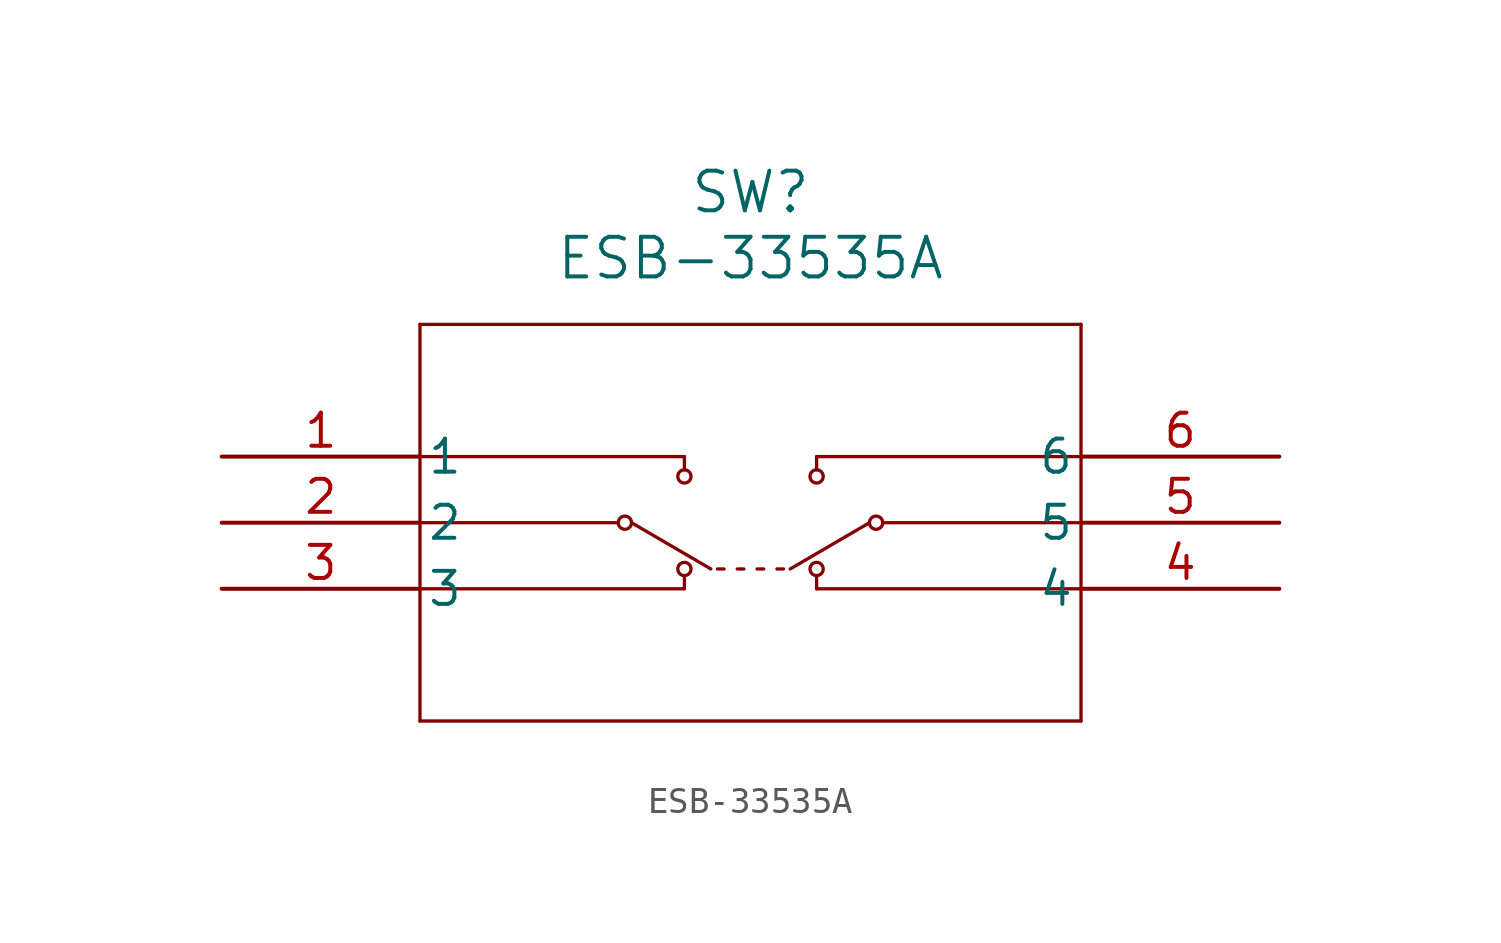
<source format=kicad_sym>
(kicad_symbol_lib
  (version 20220914)
  (generator kicad_symbol_editor)
  (symbol "ESB-33535A"
    (pin_names
      (offset 0.254))
    (property "Reference" "SW"
      (at 20.32 10.16 0)
      (effects (font (size 1.524 1.524))))
    (property "Value" "ESB-33535A"
      (at 20.32 7.62 0)
      (effects (font (size 1.524 1.524))))
    (symbol "ESB-33535A_0_1"
      (polyline (pts (xy 7.62 -10.16) (xy 33.02 -10.16)) (stroke (width 0.127) (type default)) (fill (type none)))
      (polyline (pts (xy 7.62 -5.08) (xy 17.78 -5.08)) (stroke (width 0.127) (type default)) (fill (type none)))
      (polyline (pts (xy 7.62 -2.54) (xy 15.24 -2.54)) (stroke (width 0.127) (type default)) (fill (type none)))
      (polyline (pts (xy 7.62 0) (xy 17.78 0)) (stroke (width 0.127) (type default)) (fill (type none)))
      (polyline (pts (xy 7.62 5.08) (xy 7.62 -10.16)) (stroke (width 0.127) (type default)) (fill (type none)))
      (polyline (pts (xy 15.748 -2.54) (xy 18.796 -4.318)) (stroke (width 0.127) (type default)) (fill (type none)))
      (polyline (pts (xy 17.78 -4.572) (xy 17.78 -5.08)) (stroke (width 0.127) (type default)) (fill (type none)))
      (polyline (pts (xy 17.78 0) (xy 17.78 -0.508)) (stroke (width 0.127) (type default)) (fill (type none)))
      (polyline (pts (xy 19.05 -4.318) (xy 19.304 -4.318)) (stroke (width 0.127) (type default)) (fill (type none)))
      (polyline (pts (xy 19.812 -4.318) (xy 20.066 -4.318)) (stroke (width 0.127) (type default)) (fill (type none)))
      (polyline (pts (xy 20.828 -4.318) (xy 20.574 -4.318)) (stroke (width 0.127) (type default)) (fill (type none)))
      (polyline (pts (xy 21.336 -4.318) (xy 21.59 -4.318)) (stroke (width 0.127) (type default)) (fill (type none)))
      (polyline (pts (xy 22.86 -4.572) (xy 22.86 -5.08)) (stroke (width 0.127) (type default)) (fill (type none)))
      (polyline (pts (xy 22.86 0) (xy 22.86 -0.508)) (stroke (width 0.127) (type default)) (fill (type none)))
      (polyline (pts (xy 24.892 -2.54) (xy 21.844 -4.318)) (stroke (width 0.127) (type default)) (fill (type none)))
      (polyline (pts (xy 33.02 -10.16) (xy 33.02 5.08)) (stroke (width 0.127) (type default)) (fill (type none)))
      (polyline (pts (xy 33.02 -5.08) (xy 22.86 -5.08)) (stroke (width 0.127) (type default)) (fill (type none)))
      (polyline (pts (xy 33.02 -2.54) (xy 25.4 -2.54)) (stroke (width 0.127) (type default)) (fill (type none)))
      (polyline (pts (xy 33.02 0) (xy 22.86 0)) (stroke (width 0.127) (type default)) (fill (type none)))
      (polyline (pts (xy 33.02 5.08) (xy 7.62 5.08)) (stroke (width 0.127) (type default)) (fill (type none)))
      (circle (center 15.494 -2.54) (radius 0.254) (stroke (width 0.127) (type default)) (fill (type none)))
      (circle (center 17.78 -4.318) (radius 0.254) (stroke (width 0.127) (type default)) (fill (type none)))
      (circle (center 17.78 -0.762) (radius 0.254) (stroke (width 0.127) (type default)) (fill (type none)))
      (circle (center 22.86 -4.318) (radius 0.254) (stroke (width 0.127) (type default)) (fill (type none)))
      (circle (center 22.86 -0.762) (radius 0.254) (stroke (width 0.127) (type default)) (fill (type none)))
      (circle (center 25.146 -2.54) (radius 0.254) (stroke (width 0.127) (type default)) (fill (type none)))
      (pin unspecified line (at 0 0 0) (length 7.62) (name "1" (effects (font (size 1.27 1.27)))) (number "1" (effects (font (size 1.27 1.27)))))
      (pin unspecified line (at 0 -2.54 0) (length 7.62) (name "2" (effects (font (size 1.27 1.27)))) (number "2" (effects (font (size 1.27 1.27)))))
      (pin unspecified line (at 0 -5.08 0) (length 7.62) (name "3" (effects (font (size 1.27 1.27)))) (number "3" (effects (font (size 1.27 1.27)))))
      (pin unspecified line (at 40.64 -5.08 180) (length 7.62) (name "4" (effects (font (size 1.27 1.27)))) (number "4" (effects (font (size 1.27 1.27)))))
      (pin unspecified line (at 40.64 -2.54 180) (length 7.62) (name "5" (effects (font (size 1.27 1.27)))) (number "5" (effects (font (size 1.27 1.27)))))
      (pin unspecified line (at 40.64 0 180) (length 7.62) (name "6" (effects (font (size 1.27 1.27)))) (number "6" (effects (font (size 1.27 1.27))))))))
</source>
